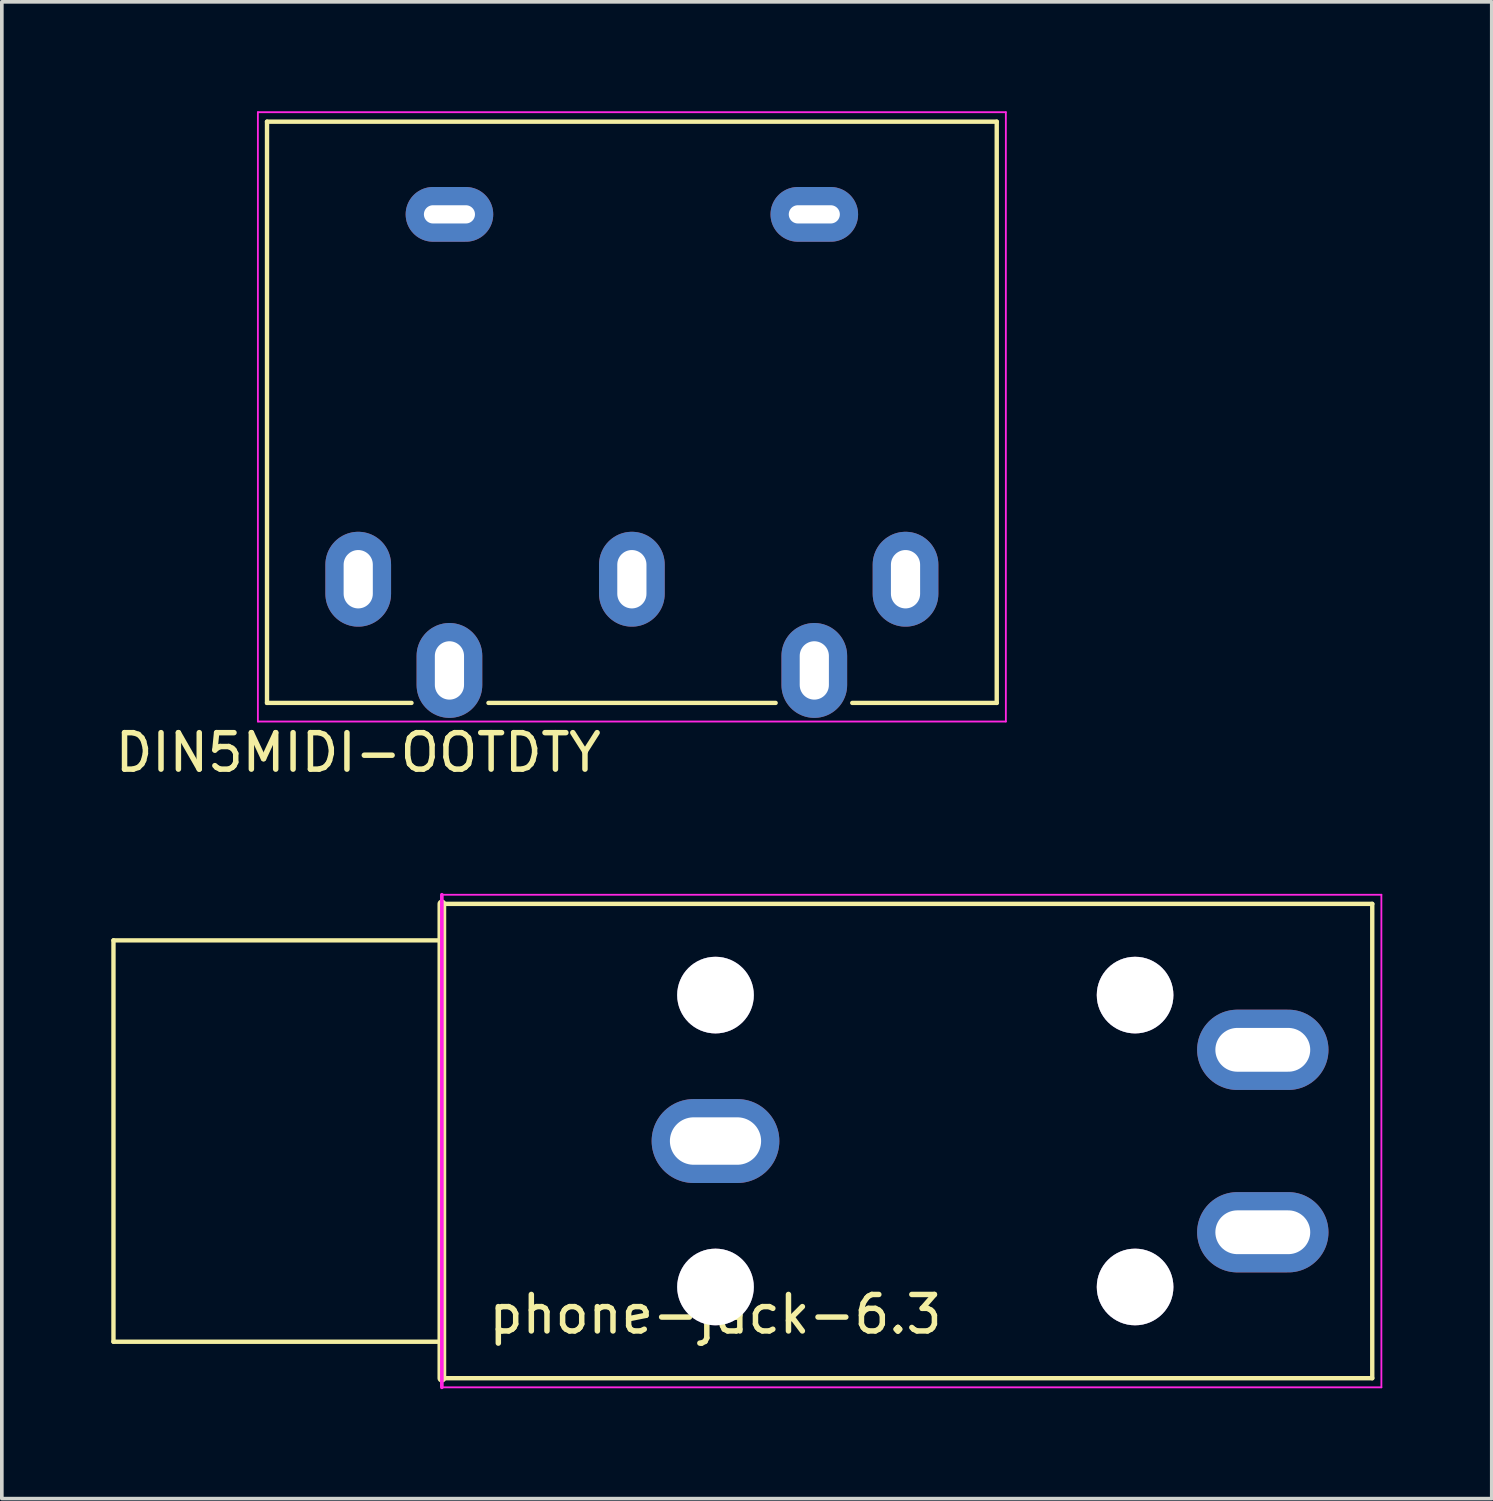
<source format=kicad_pcb>
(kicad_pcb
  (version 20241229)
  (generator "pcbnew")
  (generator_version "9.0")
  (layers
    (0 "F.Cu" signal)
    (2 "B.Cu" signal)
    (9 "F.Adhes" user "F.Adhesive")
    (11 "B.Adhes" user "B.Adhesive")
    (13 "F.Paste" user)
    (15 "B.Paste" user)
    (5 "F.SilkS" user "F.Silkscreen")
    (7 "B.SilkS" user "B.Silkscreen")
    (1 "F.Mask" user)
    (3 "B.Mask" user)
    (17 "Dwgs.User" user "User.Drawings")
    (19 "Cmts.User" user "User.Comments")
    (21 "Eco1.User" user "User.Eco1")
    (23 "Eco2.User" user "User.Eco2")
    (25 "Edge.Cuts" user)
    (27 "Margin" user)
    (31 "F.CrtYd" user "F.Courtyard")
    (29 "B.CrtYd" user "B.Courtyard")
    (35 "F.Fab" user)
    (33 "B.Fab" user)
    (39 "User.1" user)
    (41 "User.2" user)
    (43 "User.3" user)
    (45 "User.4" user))
  (footprint "phone-jack-6.3"
    (layer "F.Cu")
    (at 16.56 28.223)
    (property "Reference" "phone-jack-6.3" (at 0 4.75 0) (layer "F.SilkS") (effects (font (size 1 1) (thickness 0.15))))
    (attr through_hole)
    (fp_line (start -16.5 -5.5) (end -16.5 5.5) (stroke (width 0.12) (type solid)) (layer "F.SilkS"))
    (fp_line (start -16.5 5.5) (end -7.5 5.5) (stroke (width 0.12) (type solid)) (layer "F.SilkS"))
    (fp_line (start -7.5 -6.5) (end 18 -6.5) (stroke (width 0.12) (type solid)) (layer "F.SilkS"))
    (fp_line (start -7.5 -5.5) (end -16.5 -5.5) (stroke (width 0.12) (type solid)) (layer "F.SilkS"))
    (fp_line (start -7.5 6.5) (end -7.5 -6.5) (stroke (width 0.24) (type solid)) (layer "F.SilkS"))
    (fp_line (start 18 -6.5) (end 18 6.5) (stroke (width 0.12) (type solid)) (layer "F.SilkS"))
    (fp_line (start 18 6.5) (end -7.5 6.5) (stroke (width 0.12) (type solid)) (layer "F.SilkS"))
    (fp_line (start -7.5 -6.75) (end 18.25 -6.75) (stroke (width 0.05) (type solid)) (layer "F.CrtYd"))
    (fp_line (start -7.5 6.75) (end -7.5 -6.75) (stroke (width 0.1) (type solid)) (layer "F.CrtYd"))
    (fp_line (start 18.25 -6.75) (end 18.25 6.75) (stroke (width 0.05) (type solid)) (layer "F.CrtYd"))
    (fp_line (start 18.25 6.75) (end -7.5 6.75) (stroke (width 0.05) (type solid)) (layer "F.CrtYd"))
    (pad "" thru_hole circle (at 0 -4) (size 2.1 2.1) (drill 2.1) (layers "*.Cu" "*.Mask"))
    (pad "" thru_hole circle (at 0 4) (size 2.1 2.1) (drill 2.1) (layers "*.Cu" "*.Mask"))
    (pad "" thru_hole circle (at 11.5 -4) (size 2.1 2.1) (drill 2.1) (layers "*.Cu" "*.Mask"))
    (pad "" thru_hole circle (at 11.5 4) (size 2.1 2.1) (drill 2.1) (layers "*.Cu" "*.Mask"))
    (pad "R" thru_hole oval (at 15 2.5) (size 3.6 2.2) (drill oval 2.6 1.2) (layers "*.Cu" "*.Mask"))
    (pad "S" thru_hole oval (at 0 0) (size 3.5 2.3) (drill oval 2.5 1.3) (layers "*.Cu" "*.Mask"))
    (pad "T" thru_hole oval (at 15 -2.5) (size 3.6 2.2) (drill oval 2.6 1.2) (layers "*.Cu" "*.Mask")))
  (footprint "DIN5MIDI-OOTDTY"
    (layer "F.Cu")
    (at 6.768 12.825)
    (property "Reference" "DIN5MIDI-OOTDTY" (at 0 4.75 0) (layer "F.SilkS") (effects (font (size 1 1) (thickness 0.15))))
    (attr through_hole)
    (fp_line (start -2.5 3.39) (end -2.5 -12.54) (stroke (width 0.12) (type solid)) (layer "F.SilkS"))
    (fp_line (start 1.46 3.39) (end -2.5 3.39) (stroke (width 0.12) (type solid)) (layer "F.SilkS"))
    (fp_line (start 11.44 3.39) (end 3.57 3.39) (stroke (width 0.12) (type solid)) (layer "F.SilkS"))
    (fp_line (start 17.5 -12.54) (end -2.5 -12.54) (stroke (width 0.12) (type solid)) (layer "F.SilkS"))
    (fp_line (start 17.5 3.39) (end 13.54 3.39) (stroke (width 0.12) (type solid)) (layer "F.SilkS"))
    (fp_line (start 17.5 3.39) (end 17.5 -12.54) (stroke (width 0.12) (type solid)) (layer "F.SilkS"))
    (fp_line (start -2.75 -12.8) (end -2.75 3.9) (stroke (width 0.05) (type solid)) (layer "F.CrtYd"))
    (fp_line (start 17.75 -12.8) (end -2.75 -12.8) (stroke (width 0.05) (type solid)) (layer "F.CrtYd"))
    (fp_line (start 17.75 3.9) (end -2.75 3.9) (stroke (width 0.05) (type solid)) (layer "F.CrtYd"))
    (fp_line (start 17.75 3.9) (end 17.75 -12.8) (stroke (width 0.05) (type solid)) (layer "F.CrtYd"))
    (pad "" thru_hole oval (at 2.5 -10) (size 2.4 1.5) (drill oval 1.4 0.5) (layers "*.Cu" "*.Mask"))
    (pad "" thru_hole oval (at 12.5 -10) (size 2.4 1.5) (drill oval 1.4 0.5) (layers "*.Cu" "*.Mask"))
    (pad "1" thru_hole oval (at 0 0) (size 1.8 2.6) (drill oval 0.8 1.6) (layers "*.Cu" "*.Mask"))
    (pad "2" thru_hole oval (at 7.5 0) (size 1.8 2.6) (drill oval 0.8 1.6) (layers "*.Cu" "*.Mask"))
    (pad "3" thru_hole oval (at 15 0) (size 1.8 2.6) (drill oval 0.8 1.6) (layers "*.Cu" "*.Mask"))
    (pad "4" thru_hole oval (at 2.5 2.5) (size 1.8 2.6) (drill oval 0.8 1.6) (layers "*.Cu" "*.Mask"))
    (pad "5" thru_hole oval (at 12.5 2.5) (size 1.8 2.6) (drill oval 0.8 1.6) (layers "*.Cu" "*.Mask")))
  (gr_rect
    (start -3 -3)
    (end 37.835 38.023)
    (stroke (width 0.1) (type default))
    (fill no)
    (layer "Edge.Cuts")))
</source>
